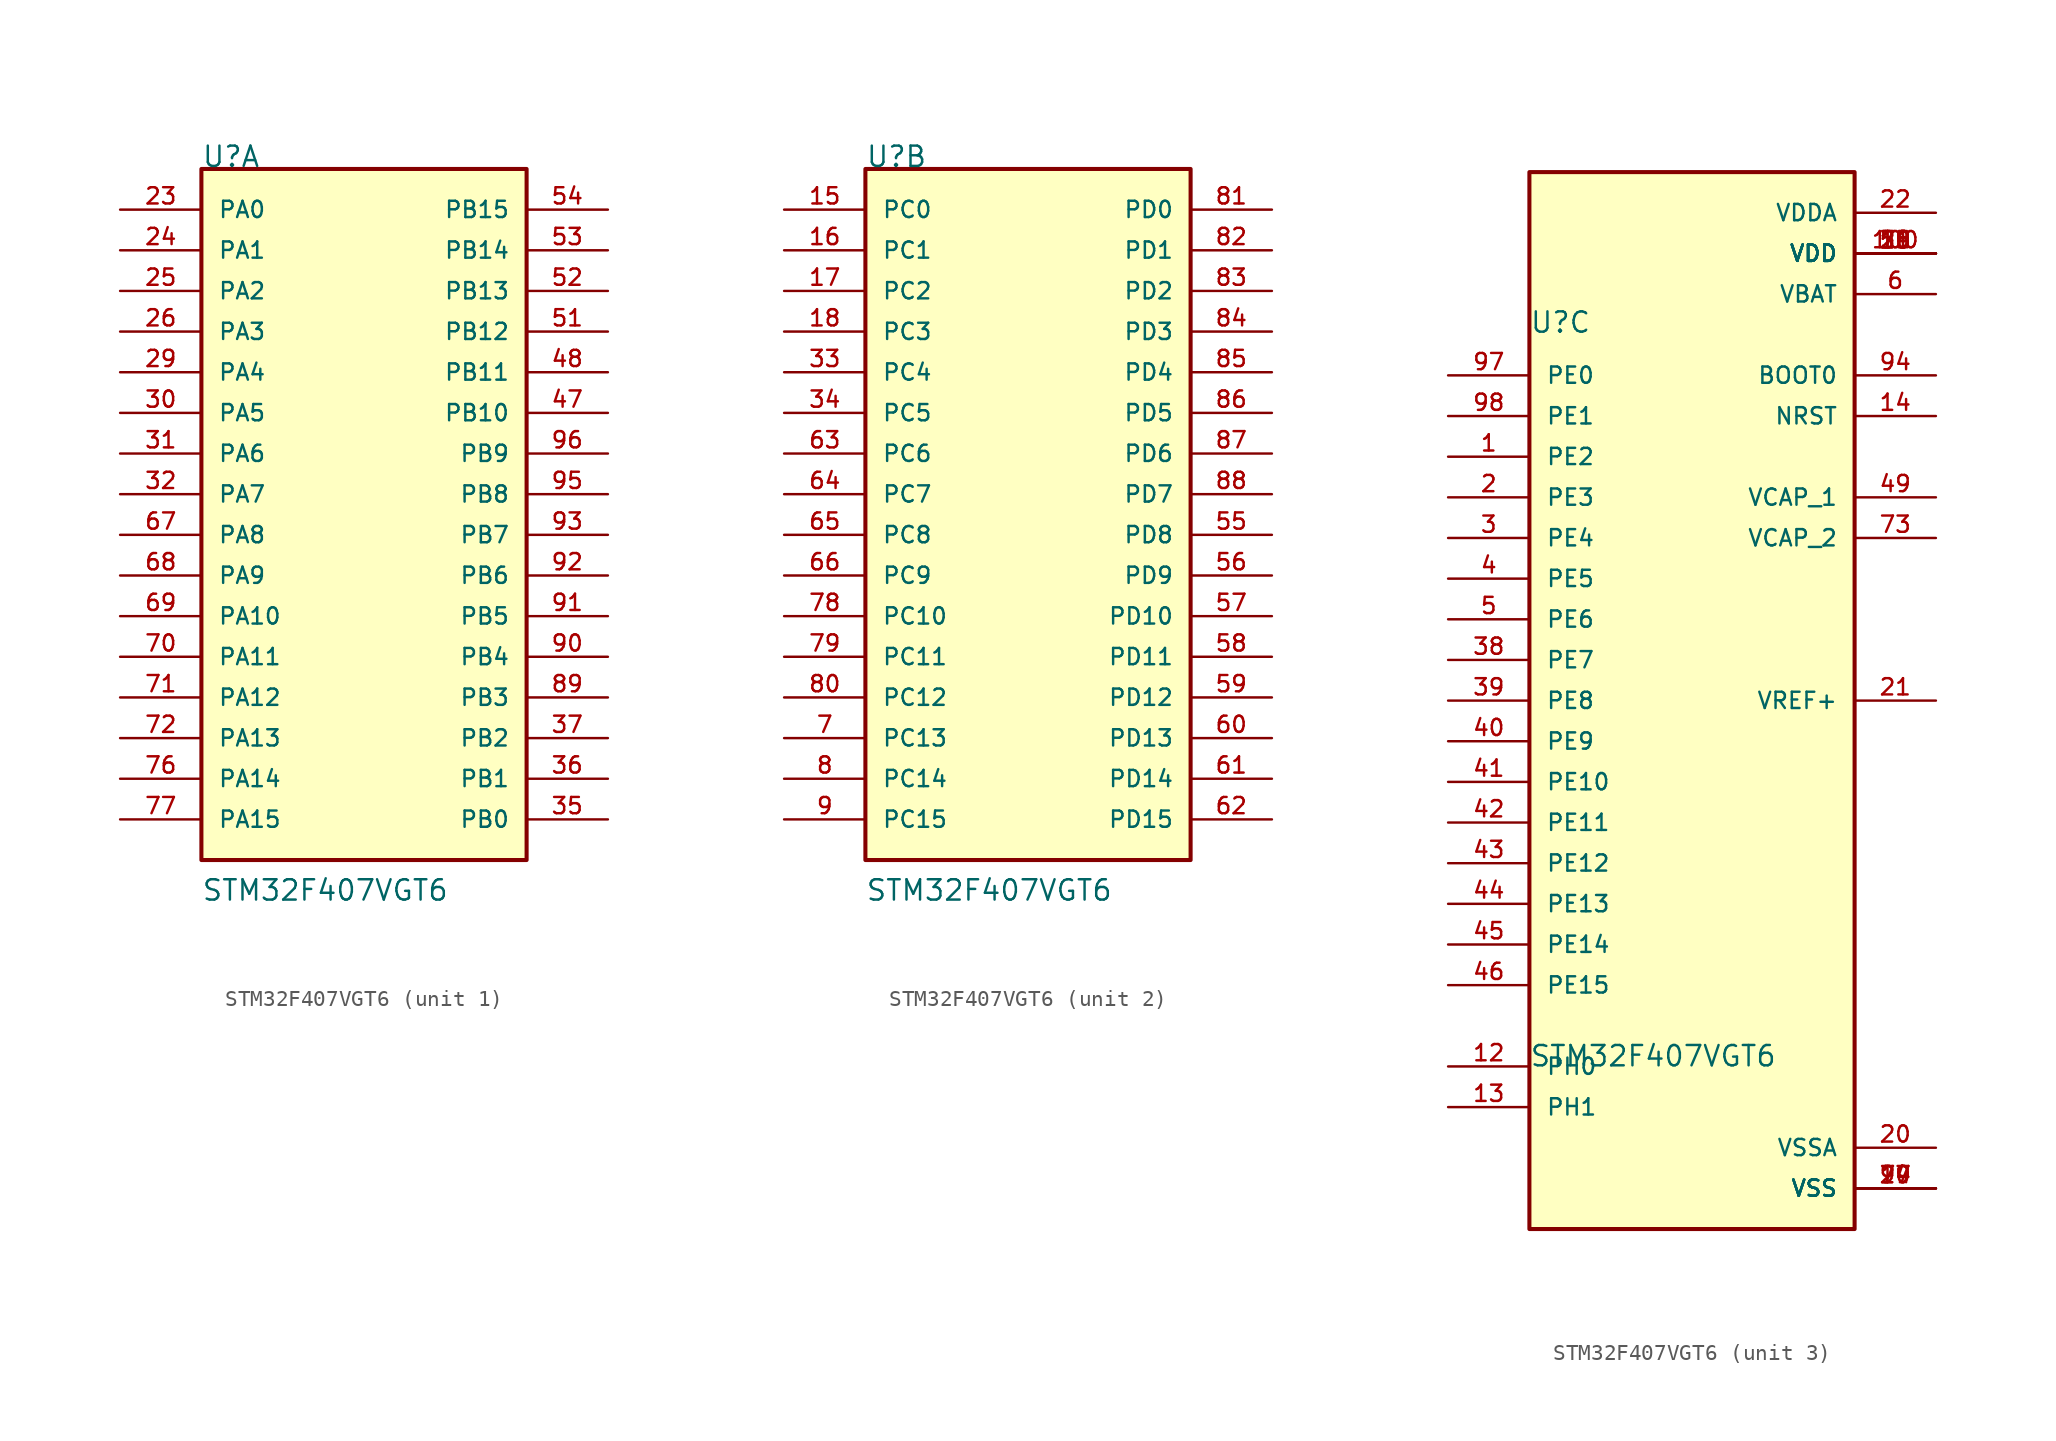
<source format=kicad_sym>
(kicad_symbol_lib
  (version 20211014)
  (generator kicad_symbol_editor)
  (symbol "STM32F407VGT6"
    (pin_names
      (offset 1.016))
    (property "Reference" "U"
      (at -10.162 22.888 0)
      (effects (font (size 1.27 1.27)) (justify bottom left)))
    (property "Value" "STM32F407VGT6"
      (at -10.172 -22.953 0)
      (effects (font (size 1.27 1.27)) (justify bottom left)))
    (symbol "STM32F407VGT6_1_0"
      (rectangle (start -10.16 -20.32) (end 10.16 22.86) (stroke (width 0.254)) (fill (type background)))
      (pin bidirectional line (at -15.24 20.32 0) (length 5.08) (name "PA0" (effects (font (size 1.016 1.016)))) (number "23" (effects (font (size 1.016 1.016)))))
      (pin bidirectional line (at -15.24 17.78 0) (length 5.08) (name "PA1" (effects (font (size 1.016 1.016)))) (number "24" (effects (font (size 1.016 1.016)))))
      (pin bidirectional line (at -15.24 15.24 0) (length 5.08) (name "PA2" (effects (font (size 1.016 1.016)))) (number "25" (effects (font (size 1.016 1.016)))))
      (pin bidirectional line (at -15.24 12.7 0) (length 5.08) (name "PA3" (effects (font (size 1.016 1.016)))) (number "26" (effects (font (size 1.016 1.016)))))
      (pin bidirectional line (at -15.24 10.16 0) (length 5.08) (name "PA4" (effects (font (size 1.016 1.016)))) (number "29" (effects (font (size 1.016 1.016)))))
      (pin bidirectional line (at -15.24 7.62 0) (length 5.08) (name "PA5" (effects (font (size 1.016 1.016)))) (number "30" (effects (font (size 1.016 1.016)))))
      (pin bidirectional line (at -15.24 5.08 0) (length 5.08) (name "PA6" (effects (font (size 1.016 1.016)))) (number "31" (effects (font (size 1.016 1.016)))))
      (pin bidirectional line (at -15.24 2.54 0) (length 5.08) (name "PA7" (effects (font (size 1.016 1.016)))) (number "32" (effects (font (size 1.016 1.016)))))
      (pin bidirectional line (at 15.24 -17.78 180.0) (length 5.08) (name "PB0" (effects (font (size 1.016 1.016)))) (number "35" (effects (font (size 1.016 1.016)))))
      (pin bidirectional line (at 15.24 -15.24 180.0) (length 5.08) (name "PB1" (effects (font (size 1.016 1.016)))) (number "36" (effects (font (size 1.016 1.016)))))
      (pin bidirectional line (at 15.24 -12.7 180.0) (length 5.08) (name "PB2" (effects (font (size 1.016 1.016)))) (number "37" (effects (font (size 1.016 1.016)))))
      (pin bidirectional line (at 15.24 7.62 180.0) (length 5.08) (name "PB10" (effects (font (size 1.016 1.016)))) (number "47" (effects (font (size 1.016 1.016)))))
      (pin bidirectional line (at 15.24 10.16 180.0) (length 5.08) (name "PB11" (effects (font (size 1.016 1.016)))) (number "48" (effects (font (size 1.016 1.016)))))
      (pin bidirectional line (at 15.24 12.7 180.0) (length 5.08) (name "PB12" (effects (font (size 1.016 1.016)))) (number "51" (effects (font (size 1.016 1.016)))))
      (pin bidirectional line (at 15.24 15.24 180.0) (length 5.08) (name "PB13" (effects (font (size 1.016 1.016)))) (number "52" (effects (font (size 1.016 1.016)))))
      (pin bidirectional line (at 15.24 17.78 180.0) (length 5.08) (name "PB14" (effects (font (size 1.016 1.016)))) (number "53" (effects (font (size 1.016 1.016)))))
      (pin bidirectional line (at 15.24 20.32 180.0) (length 5.08) (name "PB15" (effects (font (size 1.016 1.016)))) (number "54" (effects (font (size 1.016 1.016)))))
      (pin bidirectional line (at -15.24 0.0 0) (length 5.08) (name "PA8" (effects (font (size 1.016 1.016)))) (number "67" (effects (font (size 1.016 1.016)))))
      (pin bidirectional line (at -15.24 -2.54 0) (length 5.08) (name "PA9" (effects (font (size 1.016 1.016)))) (number "68" (effects (font (size 1.016 1.016)))))
      (pin bidirectional line (at -15.24 -5.08 0) (length 5.08) (name "PA10" (effects (font (size 1.016 1.016)))) (number "69" (effects (font (size 1.016 1.016)))))
      (pin bidirectional line (at -15.24 -7.62 0) (length 5.08) (name "PA11" (effects (font (size 1.016 1.016)))) (number "70" (effects (font (size 1.016 1.016)))))
      (pin bidirectional line (at -15.24 -10.16 0) (length 5.08) (name "PA12" (effects (font (size 1.016 1.016)))) (number "71" (effects (font (size 1.016 1.016)))))
      (pin bidirectional line (at -15.24 -12.7 0) (length 5.08) (name "PA13" (effects (font (size 1.016 1.016)))) (number "72" (effects (font (size 1.016 1.016)))))
      (pin bidirectional line (at -15.24 -15.24 0) (length 5.08) (name "PA14" (effects (font (size 1.016 1.016)))) (number "76" (effects (font (size 1.016 1.016)))))
      (pin bidirectional line (at -15.24 -17.78 0) (length 5.08) (name "PA15" (effects (font (size 1.016 1.016)))) (number "77" (effects (font (size 1.016 1.016)))))
      (pin bidirectional line (at 15.24 -10.16 180.0) (length 5.08) (name "PB3" (effects (font (size 1.016 1.016)))) (number "89" (effects (font (size 1.016 1.016)))))
      (pin bidirectional line (at 15.24 -7.62 180.0) (length 5.08) (name "PB4" (effects (font (size 1.016 1.016)))) (number "90" (effects (font (size 1.016 1.016)))))
      (pin bidirectional line (at 15.24 -5.08 180.0) (length 5.08) (name "PB5" (effects (font (size 1.016 1.016)))) (number "91" (effects (font (size 1.016 1.016)))))
      (pin bidirectional line (at 15.24 -2.54 180.0) (length 5.08) (name "PB6" (effects (font (size 1.016 1.016)))) (number "92" (effects (font (size 1.016 1.016)))))
      (pin bidirectional line (at 15.24 0.0 180.0) (length 5.08) (name "PB7" (effects (font (size 1.016 1.016)))) (number "93" (effects (font (size 1.016 1.016)))))
      (pin bidirectional line (at 15.24 2.54 180.0) (length 5.08) (name "PB8" (effects (font (size 1.016 1.016)))) (number "95" (effects (font (size 1.016 1.016)))))
      (pin bidirectional line (at 15.24 5.08 180.0) (length 5.08) (name "PB9" (effects (font (size 1.016 1.016)))) (number "96" (effects (font (size 1.016 1.016))))))
    (symbol "STM32F407VGT6_2_0"
      (rectangle (start -10.16 -20.32) (end 10.16 22.86) (stroke (width 0.254)) (fill (type background)))
      (pin bidirectional line (at -15.24 -12.7 0) (length 5.08) (name "PC13" (effects (font (size 1.016 1.016)))) (number "7" (effects (font (size 1.016 1.016)))))
      (pin bidirectional line (at -15.24 -15.24 0) (length 5.08) (name "PC14" (effects (font (size 1.016 1.016)))) (number "8" (effects (font (size 1.016 1.016)))))
      (pin bidirectional line (at -15.24 -17.78 0) (length 5.08) (name "PC15" (effects (font (size 1.016 1.016)))) (number "9" (effects (font (size 1.016 1.016)))))
      (pin bidirectional line (at -15.24 20.32 0) (length 5.08) (name "PC0" (effects (font (size 1.016 1.016)))) (number "15" (effects (font (size 1.016 1.016)))))
      (pin bidirectional line (at -15.24 17.78 0) (length 5.08) (name "PC1" (effects (font (size 1.016 1.016)))) (number "16" (effects (font (size 1.016 1.016)))))
      (pin bidirectional line (at -15.24 15.24 0) (length 5.08) (name "PC2" (effects (font (size 1.016 1.016)))) (number "17" (effects (font (size 1.016 1.016)))))
      (pin bidirectional line (at -15.24 12.7 0) (length 5.08) (name "PC3" (effects (font (size 1.016 1.016)))) (number "18" (effects (font (size 1.016 1.016)))))
      (pin bidirectional line (at -15.24 10.16 0) (length 5.08) (name "PC4" (effects (font (size 1.016 1.016)))) (number "33" (effects (font (size 1.016 1.016)))))
      (pin bidirectional line (at -15.24 7.62 0) (length 5.08) (name "PC5" (effects (font (size 1.016 1.016)))) (number "34" (effects (font (size 1.016 1.016)))))
      (pin bidirectional line (at 15.24 17.78 180.0) (length 5.08) (name "PD1" (effects (font (size 1.016 1.016)))) (number "82" (effects (font (size 1.016 1.016)))))
      (pin bidirectional line (at 15.24 15.24 180.0) (length 5.08) (name "PD2" (effects (font (size 1.016 1.016)))) (number "83" (effects (font (size 1.016 1.016)))))
      (pin bidirectional line (at 15.24 12.7 180.0) (length 5.08) (name "PD3" (effects (font (size 1.016 1.016)))) (number "84" (effects (font (size 1.016 1.016)))))
      (pin bidirectional line (at 15.24 10.16 180.0) (length 5.08) (name "PD4" (effects (font (size 1.016 1.016)))) (number "85" (effects (font (size 1.016 1.016)))))
      (pin bidirectional line (at 15.24 7.62 180.0) (length 5.08) (name "PD5" (effects (font (size 1.016 1.016)))) (number "86" (effects (font (size 1.016 1.016)))))
      (pin bidirectional line (at 15.24 5.08 180.0) (length 5.08) (name "PD6" (effects (font (size 1.016 1.016)))) (number "87" (effects (font (size 1.016 1.016)))))
      (pin bidirectional line (at 15.24 2.54 180.0) (length 5.08) (name "PD7" (effects (font (size 1.016 1.016)))) (number "88" (effects (font (size 1.016 1.016)))))
      (pin bidirectional line (at 15.24 0.0 180.0) (length 5.08) (name "PD8" (effects (font (size 1.016 1.016)))) (number "55" (effects (font (size 1.016 1.016)))))
      (pin bidirectional line (at 15.24 -2.54 180.0) (length 5.08) (name "PD9" (effects (font (size 1.016 1.016)))) (number "56" (effects (font (size 1.016 1.016)))))
      (pin bidirectional line (at 15.24 -5.08 180.0) (length 5.08) (name "PD10" (effects (font (size 1.016 1.016)))) (number "57" (effects (font (size 1.016 1.016)))))
      (pin bidirectional line (at 15.24 -7.62 180.0) (length 5.08) (name "PD11" (effects (font (size 1.016 1.016)))) (number "58" (effects (font (size 1.016 1.016)))))
      (pin bidirectional line (at 15.24 -10.16 180.0) (length 5.08) (name "PD12" (effects (font (size 1.016 1.016)))) (number "59" (effects (font (size 1.016 1.016)))))
      (pin bidirectional line (at 15.24 -12.7 180.0) (length 5.08) (name "PD13" (effects (font (size 1.016 1.016)))) (number "60" (effects (font (size 1.016 1.016)))))
      (pin bidirectional line (at 15.24 -15.24 180.0) (length 5.08) (name "PD14" (effects (font (size 1.016 1.016)))) (number "61" (effects (font (size 1.016 1.016)))))
      (pin bidirectional line (at 15.24 -17.78 180.0) (length 5.08) (name "PD15" (effects (font (size 1.016 1.016)))) (number "62" (effects (font (size 1.016 1.016)))))
      (pin bidirectional line (at -15.24 5.08 0) (length 5.08) (name "PC6" (effects (font (size 1.016 1.016)))) (number "63" (effects (font (size 1.016 1.016)))))
      (pin bidirectional line (at -15.24 2.54 0) (length 5.08) (name "PC7" (effects (font (size 1.016 1.016)))) (number "64" (effects (font (size 1.016 1.016)))))
      (pin bidirectional line (at -15.24 0.0 0) (length 5.08) (name "PC8" (effects (font (size 1.016 1.016)))) (number "65" (effects (font (size 1.016 1.016)))))
      (pin bidirectional line (at -15.24 -2.54 0) (length 5.08) (name "PC9" (effects (font (size 1.016 1.016)))) (number "66" (effects (font (size 1.016 1.016)))))
      (pin bidirectional line (at -15.24 -5.08 0) (length 5.08) (name "PC10" (effects (font (size 1.016 1.016)))) (number "78" (effects (font (size 1.016 1.016)))))
      (pin bidirectional line (at -15.24 -7.62 0) (length 5.08) (name "PC11" (effects (font (size 1.016 1.016)))) (number "79" (effects (font (size 1.016 1.016)))))
      (pin bidirectional line (at -15.24 -10.16 0) (length 5.08) (name "PC12" (effects (font (size 1.016 1.016)))) (number "80" (effects (font (size 1.016 1.016)))))
      (pin bidirectional line (at 15.24 20.32 180.0) (length 5.08) (name "PD0" (effects (font (size 1.016 1.016)))) (number "81" (effects (font (size 1.016 1.016))))))
    (symbol "STM32F407VGT6_3_0"
      (rectangle (start -10.16 -33.02) (end 10.16 33.02) (stroke (width 0.254)) (fill (type background)))
      (pin bidirectional line (at -15.24 15.24 0) (length 5.08) (name "PE2" (effects (font (size 1.016 1.016)))) (number "1" (effects (font (size 1.016 1.016)))))
      (pin bidirectional line (at -15.24 12.7 0) (length 5.08) (name "PE3" (effects (font (size 1.016 1.016)))) (number "2" (effects (font (size 1.016 1.016)))))
      (pin bidirectional line (at -15.24 10.16 0) (length 5.08) (name "PE4" (effects (font (size 1.016 1.016)))) (number "3" (effects (font (size 1.016 1.016)))))
      (pin bidirectional line (at -15.24 7.62 0) (length 5.08) (name "PE5" (effects (font (size 1.016 1.016)))) (number "4" (effects (font (size 1.016 1.016)))))
      (pin bidirectional line (at -15.24 5.08 0) (length 5.08) (name "PE6" (effects (font (size 1.016 1.016)))) (number "5" (effects (font (size 1.016 1.016)))))
      (pin power_in line (at 15.24 25.4 180.0) (length 5.08) (name "VBAT" (effects (font (size 1.016 1.016)))) (number "6" (effects (font (size 1.016 1.016)))))
      (pin bidirectional line (at 15.24 17.78 180.0) (length 5.08) (name "NRST" (effects (font (size 1.016 1.016)))) (number "14" (effects (font (size 1.016 1.016)))))
      (pin power_in line (at 15.24 -27.94 180.0) (length 5.08) (name "VSSA" (effects (font (size 1.016 1.016)))) (number "20" (effects (font (size 1.016 1.016)))))
      (pin power_in line (at 15.24 0.0 180.0) (length 5.08) (name "VREF+" (effects (font (size 1.016 1.016)))) (number "21" (effects (font (size 1.016 1.016)))))
      (pin power_in line (at 15.24 30.48 180.0) (length 5.08) (name "VDDA" (effects (font (size 1.016 1.016)))) (number "22" (effects (font (size 1.016 1.016)))))
      (pin bidirectional line (at -15.24 17.78 0) (length 5.08) (name "PE1" (effects (font (size 1.016 1.016)))) (number "98" (effects (font (size 1.016 1.016)))))
      (pin bidirectional line (at -15.24 2.54 0) (length 5.08) (name "PE7" (effects (font (size 1.016 1.016)))) (number "38" (effects (font (size 1.016 1.016)))))
      (pin bidirectional line (at -15.24 0.0 0) (length 5.08) (name "PE8" (effects (font (size 1.016 1.016)))) (number "39" (effects (font (size 1.016 1.016)))))
      (pin bidirectional line (at -15.24 -2.54 0) (length 5.08) (name "PE9" (effects (font (size 1.016 1.016)))) (number "40" (effects (font (size 1.016 1.016)))))
      (pin bidirectional line (at -15.24 -5.08 0) (length 5.08) (name "PE10" (effects (font (size 1.016 1.016)))) (number "41" (effects (font (size 1.016 1.016)))))
      (pin bidirectional line (at -15.24 -7.62 0) (length 5.08) (name "PE11" (effects (font (size 1.016 1.016)))) (number "42" (effects (font (size 1.016 1.016)))))
      (pin bidirectional line (at -15.24 -10.16 0) (length 5.08) (name "PE12" (effects (font (size 1.016 1.016)))) (number "43" (effects (font (size 1.016 1.016)))))
      (pin bidirectional line (at -15.24 -12.7 0) (length 5.08) (name "PE13" (effects (font (size 1.016 1.016)))) (number "44" (effects (font (size 1.016 1.016)))))
      (pin bidirectional line (at -15.24 -15.24 0) (length 5.08) (name "PE14" (effects (font (size 1.016 1.016)))) (number "45" (effects (font (size 1.016 1.016)))))
      (pin bidirectional line (at -15.24 -17.78 0) (length 5.08) (name "PE15" (effects (font (size 1.016 1.016)))) (number "46" (effects (font (size 1.016 1.016)))))
      (pin passive line (at 15.24 12.7 180.0) (length 5.08) (name "VCAP_1" (effects (font (size 1.016 1.016)))) (number "49" (effects (font (size 1.016 1.016)))))
      (pin passive line (at 15.24 10.16 180.0) (length 5.08) (name "VCAP_2" (effects (font (size 1.016 1.016)))) (number "73" (effects (font (size 1.016 1.016)))))
      (pin input line (at 15.24 20.32 180.0) (length 5.08) (name "BOOT0" (effects (font (size 1.016 1.016)))) (number "94" (effects (font (size 1.016 1.016)))))
      (pin bidirectional line (at -15.24 20.32 0) (length 5.08) (name "PE0" (effects (font (size 1.016 1.016)))) (number "97" (effects (font (size 1.016 1.016)))))
      (pin bidirectional line (at -15.24 -22.86 0) (length 5.08) (name "PH0" (effects (font (size 1.016 1.016)))) (number "12" (effects (font (size 1.016 1.016)))))
      (pin bidirectional line (at -15.24 -25.4 0) (length 5.08) (name "PH1" (effects (font (size 1.016 1.016)))) (number "13" (effects (font (size 1.016 1.016)))))
      (pin power_in line (at 15.24 -30.48 180.0) (length 5.08) (name "VSS" (effects (font (size 1.016 1.016)))) (number "10" (effects (font (size 1.016 1.016)))))
      (pin power_in line (at 15.24 -30.48 180.0) (length 5.08) (name "VSS" (effects (font (size 1.016 1.016)))) (number "27" (effects (font (size 1.016 1.016)))))
      (pin power_in line (at 15.24 -30.48 180.0) (length 5.08) (name "VSS" (effects (font (size 1.016 1.016)))) (number "74" (effects (font (size 1.016 1.016)))))
      (pin power_in line (at 15.24 -30.48 180.0) (length 5.08) (name "VSS" (effects (font (size 1.016 1.016)))) (number "99" (effects (font (size 1.016 1.016)))))
      (pin power_in line (at 15.24 27.94 180.0) (length 5.08) (name "VDD" (effects (font (size 1.016 1.016)))) (number "11" (effects (font (size 1.016 1.016)))))
      (pin power_in line (at 15.24 27.94 180.0) (length 5.08) (name "VDD" (effects (font (size 1.016 1.016)))) (number "19" (effects (font (size 1.016 1.016)))))
      (pin power_in line (at 15.24 27.94 180.0) (length 5.08) (name "VDD" (effects (font (size 1.016 1.016)))) (number "28" (effects (font (size 1.016 1.016)))))
      (pin power_in line (at 15.24 27.94 180.0) (length 5.08) (name "VDD" (effects (font (size 1.016 1.016)))) (number "50" (effects (font (size 1.016 1.016)))))
      (pin power_in line (at 15.24 27.94 180.0) (length 5.08) (name "VDD" (effects (font (size 1.016 1.016)))) (number "75" (effects (font (size 1.016 1.016)))))
      (pin power_in line (at 15.24 27.94 180.0) (length 5.08) (name "VDD" (effects (font (size 1.016 1.016)))) (number "100" (effects (font (size 1.016 1.016))))))))
</source>
